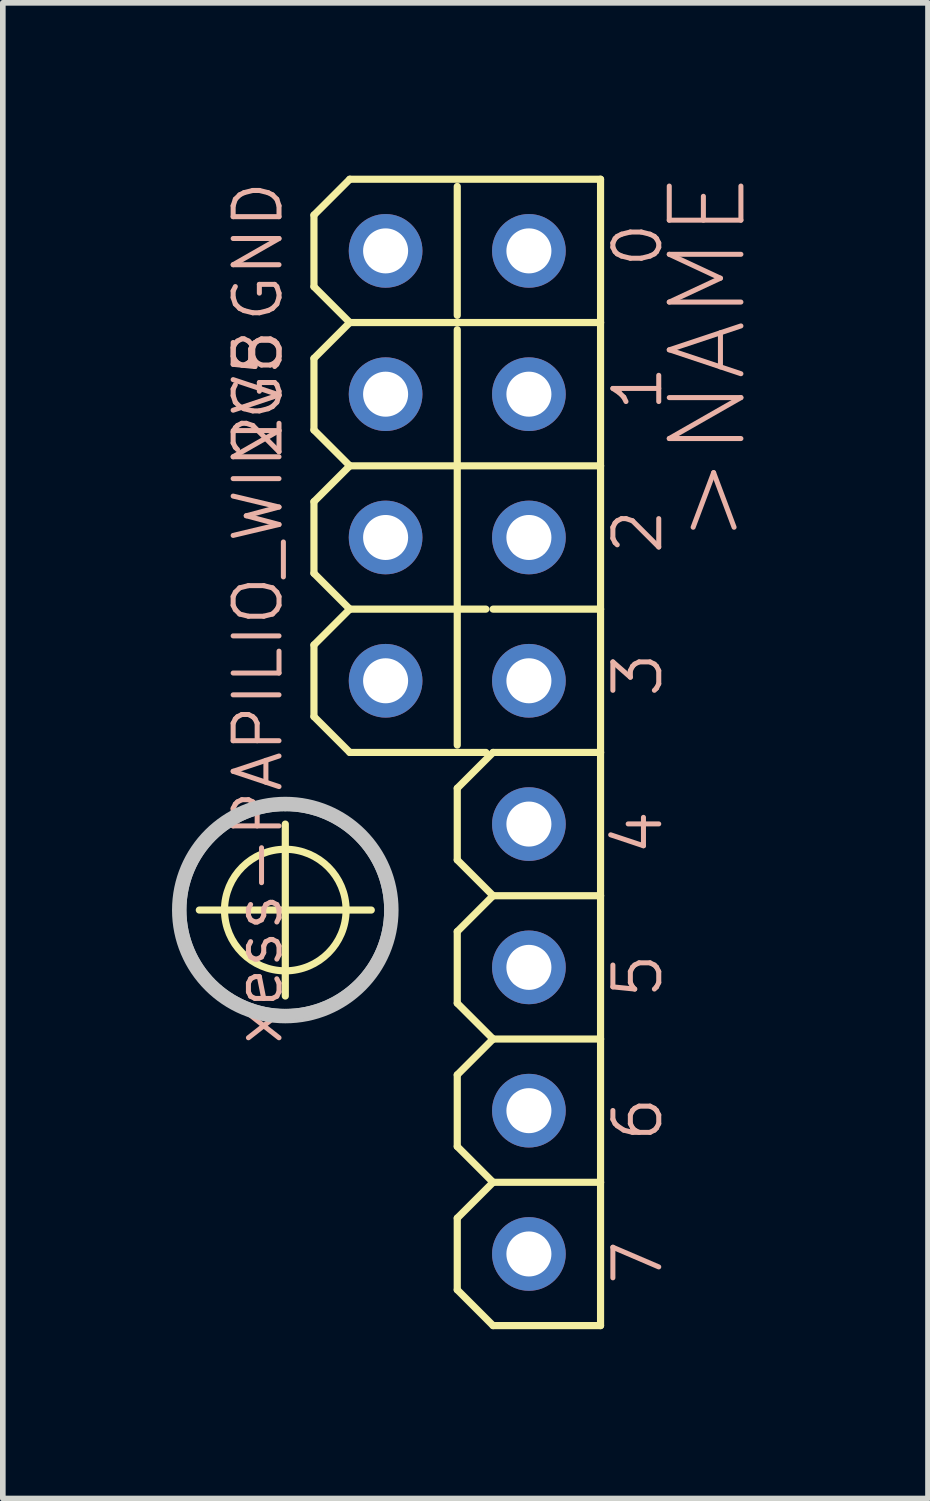
<source format=kicad_pcb>
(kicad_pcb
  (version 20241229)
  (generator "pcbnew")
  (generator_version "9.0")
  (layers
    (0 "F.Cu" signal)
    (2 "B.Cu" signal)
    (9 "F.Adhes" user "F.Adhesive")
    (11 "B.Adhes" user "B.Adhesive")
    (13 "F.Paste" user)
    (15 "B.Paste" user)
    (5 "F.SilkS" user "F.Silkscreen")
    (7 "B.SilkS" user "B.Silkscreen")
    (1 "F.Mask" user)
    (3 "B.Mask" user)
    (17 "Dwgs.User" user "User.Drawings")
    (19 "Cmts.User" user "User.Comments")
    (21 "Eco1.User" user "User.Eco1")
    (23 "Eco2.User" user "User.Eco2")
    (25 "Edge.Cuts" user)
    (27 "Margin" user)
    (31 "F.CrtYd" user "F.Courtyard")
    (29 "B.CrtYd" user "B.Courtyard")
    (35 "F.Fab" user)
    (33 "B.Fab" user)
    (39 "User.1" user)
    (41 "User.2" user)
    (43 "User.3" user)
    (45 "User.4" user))
  (footprint "xess-PAPILIO_WING8"
    (layer "F.Cu")
    (at 6.325 1.397)
    (property "Reference" "xess-PAPILIO_WING8" (at -4.801 7.734 270) (layer "B.SilkS") (effects (font (size 0.813 0.813) (thickness 0.089))))
    (attr exclude_from_pos_files exclude_from_bom)
    (fp_line (start -5.842 11.684) (end -2.794 11.684) (stroke (width 0.127) (type solid)) (layer "F.SilkS"))
    (fp_line (start -4.318 13.208) (end -4.318 10.16) (stroke (width 0.127) (type solid)) (layer "F.SilkS"))
    (fp_line (start -3.81 -0.635) (end -3.175 -1.27) (stroke (width 0.127) (type solid)) (layer "F.SilkS"))
    (fp_line (start -3.81 0.635) (end -3.81 -0.635) (stroke (width 0.127) (type solid)) (layer "F.SilkS"))
    (fp_line (start -3.81 1.905) (end -3.175 1.27) (stroke (width 0.127) (type solid)) (layer "F.SilkS"))
    (fp_line (start -3.81 3.175) (end -3.81 1.905) (stroke (width 0.127) (type solid)) (layer "F.SilkS"))
    (fp_line (start -3.81 4.445) (end -3.175 3.81) (stroke (width 0.127) (type solid)) (layer "F.SilkS"))
    (fp_line (start -3.81 5.715) (end -3.81 4.445) (stroke (width 0.127) (type solid)) (layer "F.SilkS"))
    (fp_line (start -3.81 5.715) (end -3.175 6.35) (stroke (width 0.127) (type solid)) (layer "F.SilkS"))
    (fp_line (start -3.81 6.985) (end -3.175 6.35) (stroke (width 0.127) (type solid)) (layer "F.SilkS"))
    (fp_line (start -3.81 8.255) (end -3.81 6.985) (stroke (width 0.127) (type solid)) (layer "F.SilkS"))
    (fp_line (start -3.175 -1.27) (end 1.27 -1.27) (stroke (width 0.127) (type solid)) (layer "F.SilkS"))
    (fp_line (start -3.175 1.27) (end -3.81 0.635) (stroke (width 0.127) (type solid)) (layer "F.SilkS"))
    (fp_line (start -3.175 1.27) (end 1.27 1.27) (stroke (width 0.127) (type solid)) (layer "F.SilkS"))
    (fp_line (start -3.175 3.81) (end -3.81 3.175) (stroke (width 0.127) (type solid)) (layer "F.SilkS"))
    (fp_line (start -3.175 3.81) (end 1.27 3.81) (stroke (width 0.127) (type solid)) (layer "F.SilkS"))
    (fp_line (start -3.175 6.35) (end -0.762 6.35) (stroke (width 0.127) (type solid)) (layer "F.SilkS"))
    (fp_line (start -3.175 8.89) (end -3.81 8.255) (stroke (width 0.127) (type solid)) (layer "F.SilkS"))
    (fp_line (start -3.175 8.89) (end -0.762 8.89) (stroke (width 0.127) (type solid)) (layer "F.SilkS"))
    (fp_line (start -1.27 1.143) (end -1.27 -1.143) (stroke (width 0.127) (type solid)) (layer "F.SilkS"))
    (fp_line (start -1.27 8.76) (end -1.27 1.397) (stroke (width 0.127) (type solid)) (layer "F.SilkS"))
    (fp_line (start -1.27 9.525) (end -0.635 8.89) (stroke (width 0.127) (type solid)) (layer "F.SilkS"))
    (fp_line (start -1.27 10.795) (end -1.27 9.525) (stroke (width 0.127) (type solid)) (layer "F.SilkS"))
    (fp_line (start -1.27 12.065) (end -0.635 11.43) (stroke (width 0.127) (type solid)) (layer "F.SilkS"))
    (fp_line (start -1.27 13.335) (end -1.27 12.065) (stroke (width 0.127) (type solid)) (layer "F.SilkS"))
    (fp_line (start -1.27 13.335) (end -0.635 13.97) (stroke (width 0.127) (type solid)) (layer "F.SilkS"))
    (fp_line (start -1.27 14.605) (end -0.635 13.97) (stroke (width 0.127) (type solid)) (layer "F.SilkS"))
    (fp_line (start -1.27 15.875) (end -1.27 14.605) (stroke (width 0.127) (type solid)) (layer "F.SilkS"))
    (fp_line (start -1.27 17.145) (end -0.635 16.51) (stroke (width 0.127) (type solid)) (layer "F.SilkS"))
    (fp_line (start -1.27 18.415) (end -1.27 17.145) (stroke (width 0.127) (type solid)) (layer "F.SilkS"))
    (fp_line (start -0.635 6.35) (end 1.27 6.35) (stroke (width 0.127) (type solid)) (layer "F.SilkS"))
    (fp_line (start -0.635 8.89) (end 1.27 8.89) (stroke (width 0.127) (type solid)) (layer "F.SilkS"))
    (fp_line (start -0.635 11.43) (end -1.27 10.795) (stroke (width 0.127) (type solid)) (layer "F.SilkS"))
    (fp_line (start -0.635 11.43) (end 1.27 11.43) (stroke (width 0.127) (type solid)) (layer "F.SilkS"))
    (fp_line (start -0.635 13.97) (end 1.27 13.97) (stroke (width 0.127) (type solid)) (layer "F.SilkS"))
    (fp_line (start -0.635 16.51) (end -1.27 15.875) (stroke (width 0.127) (type solid)) (layer "F.SilkS"))
    (fp_line (start -0.635 16.51) (end 1.27 16.51) (stroke (width 0.127) (type solid)) (layer "F.SilkS"))
    (fp_line (start -0.635 19.05) (end -1.27 18.415) (stroke (width 0.127) (type solid)) (layer "F.SilkS"))
    (fp_line (start -0.635 19.05) (end 1.27 19.05) (stroke (width 0.127) (type solid)) (layer "F.SilkS"))
    (fp_line (start 1.27 1.27) (end 1.27 -1.27) (stroke (width 0.127) (type solid)) (layer "F.SilkS"))
    (fp_line (start 1.27 3.81) (end 1.27 1.27) (stroke (width 0.127) (type solid)) (layer "F.SilkS"))
    (fp_line (start 1.27 6.35) (end 1.27 3.81) (stroke (width 0.127) (type solid)) (layer "F.SilkS"))
    (fp_line (start 1.27 8.89) (end 1.27 6.35) (stroke (width 0.127) (type solid)) (layer "F.SilkS"))
    (fp_line (start 1.27 11.43) (end 1.27 8.89) (stroke (width 0.127) (type solid)) (layer "F.SilkS"))
    (fp_line (start 1.27 13.97) (end 1.27 11.43) (stroke (width 0.127) (type solid)) (layer "F.SilkS"))
    (fp_line (start 1.27 16.51) (end 1.27 13.97) (stroke (width 0.127) (type solid)) (layer "F.SilkS"))
    (fp_line (start 1.27 19.05) (end 1.27 16.51) (stroke (width 0.127) (type solid)) (layer "F.SilkS"))
    (fp_circle (center -4.318 11.684) (end -5.08 12.446) (stroke (width 0.127) (type solid)) (fill no) (layer "F.SilkS"))
    (fp_line (start -2.794 -0.254) (end -2.286 -0.254) (stroke (width 0.066) (type solid)) (layer "Dwgs.User"))
    (fp_line (start -2.794 0.254) (end -2.794 -0.254) (stroke (width 0.066) (type solid)) (layer "Dwgs.User"))
    (fp_line (start -2.794 0.254) (end -2.286 0.254) (stroke (width 0.066) (type solid)) (layer "Dwgs.User"))
    (fp_line (start -2.794 2.286) (end -2.286 2.286) (stroke (width 0.066) (type solid)) (layer "Dwgs.User"))
    (fp_line (start -2.794 2.794) (end -2.794 2.286) (stroke (width 0.066) (type solid)) (layer "Dwgs.User"))
    (fp_line (start -2.794 2.794) (end -2.286 2.794) (stroke (width 0.066) (type solid)) (layer "Dwgs.User"))
    (fp_line (start -2.794 4.826) (end -2.286 4.826) (stroke (width 0.066) (type solid)) (layer "Dwgs.User"))
    (fp_line (start -2.794 5.334) (end -2.794 4.826) (stroke (width 0.066) (type solid)) (layer "Dwgs.User"))
    (fp_line (start -2.794 5.334) (end -2.286 5.334) (stroke (width 0.066) (type solid)) (layer "Dwgs.User"))
    (fp_line (start -2.794 7.366) (end -2.286 7.366) (stroke (width 0.066) (type solid)) (layer "Dwgs.User"))
    (fp_line (start -2.794 7.874) (end -2.794 7.366) (stroke (width 0.066) (type solid)) (layer "Dwgs.User"))
    (fp_line (start -2.794 7.874) (end -2.286 7.874) (stroke (width 0.066) (type solid)) (layer "Dwgs.User"))
    (fp_line (start -2.286 0.254) (end -2.286 -0.254) (stroke (width 0.066) (type solid)) (layer "Dwgs.User"))
    (fp_line (start -2.286 2.794) (end -2.286 2.286) (stroke (width 0.066) (type solid)) (layer "Dwgs.User"))
    (fp_line (start -2.286 5.334) (end -2.286 4.826) (stroke (width 0.066) (type solid)) (layer "Dwgs.User"))
    (fp_line (start -2.286 7.874) (end -2.286 7.366) (stroke (width 0.066) (type solid)) (layer "Dwgs.User"))
    (fp_line (start -0.254 -0.254) (end 0.254 -0.254) (stroke (width 0.066) (type solid)) (layer "Dwgs.User"))
    (fp_line (start -0.254 0.254) (end -0.254 -0.254) (stroke (width 0.066) (type solid)) (layer "Dwgs.User"))
    (fp_line (start -0.254 0.254) (end 0.254 0.254) (stroke (width 0.066) (type solid)) (layer "Dwgs.User"))
    (fp_line (start -0.254 2.286) (end 0.254 2.286) (stroke (width 0.066) (type solid)) (layer "Dwgs.User"))
    (fp_line (start -0.254 2.794) (end -0.254 2.286) (stroke (width 0.066) (type solid)) (layer "Dwgs.User"))
    (fp_line (start -0.254 2.794) (end 0.254 2.794) (stroke (width 0.066) (type solid)) (layer "Dwgs.User"))
    (fp_line (start -0.254 4.826) (end 0.254 4.826) (stroke (width 0.066) (type solid)) (layer "Dwgs.User"))
    (fp_line (start -0.254 5.334) (end -0.254 4.826) (stroke (width 0.066) (type solid)) (layer "Dwgs.User"))
    (fp_line (start -0.254 5.334) (end 0.254 5.334) (stroke (width 0.066) (type solid)) (layer "Dwgs.User"))
    (fp_line (start -0.254 7.366) (end 0.254 7.366) (stroke (width 0.066) (type solid)) (layer "Dwgs.User"))
    (fp_line (start -0.254 7.874) (end -0.254 7.366) (stroke (width 0.066) (type solid)) (layer "Dwgs.User"))
    (fp_line (start -0.254 7.874) (end 0.254 7.874) (stroke (width 0.066) (type solid)) (layer "Dwgs.User"))
    (fp_line (start -0.254 9.906) (end 0.254 9.906) (stroke (width 0.066) (type solid)) (layer "Dwgs.User"))
    (fp_line (start -0.254 10.414) (end -0.254 9.906) (stroke (width 0.066) (type solid)) (layer "Dwgs.User"))
    (fp_line (start -0.254 10.414) (end 0.254 10.414) (stroke (width 0.066) (type solid)) (layer "Dwgs.User"))
    (fp_line (start -0.254 12.446) (end 0.254 12.446) (stroke (width 0.066) (type solid)) (layer "Dwgs.User"))
    (fp_line (start -0.254 12.954) (end -0.254 12.446) (stroke (width 0.066) (type solid)) (layer "Dwgs.User"))
    (fp_line (start -0.254 12.954) (end 0.254 12.954) (stroke (width 0.066) (type solid)) (layer "Dwgs.User"))
    (fp_line (start -0.254 14.986) (end 0.254 14.986) (stroke (width 0.066) (type solid)) (layer "Dwgs.User"))
    (fp_line (start -0.254 15.494) (end -0.254 14.986) (stroke (width 0.066) (type solid)) (layer "Dwgs.User"))
    (fp_line (start -0.254 15.494) (end 0.254 15.494) (stroke (width 0.066) (type solid)) (layer "Dwgs.User"))
    (fp_line (start -0.254 17.523) (end 0.254 17.523) (stroke (width 0.066) (type solid)) (layer "Dwgs.User"))
    (fp_line (start -0.254 18.034) (end -0.254 17.523) (stroke (width 0.066) (type solid)) (layer "Dwgs.User"))
    (fp_line (start -0.254 18.034) (end 0.254 18.034) (stroke (width 0.066) (type solid)) (layer "Dwgs.User"))
    (fp_line (start 0.254 0.254) (end 0.254 -0.254) (stroke (width 0.066) (type solid)) (layer "Dwgs.User"))
    (fp_line (start 0.254 2.794) (end 0.254 2.286) (stroke (width 0.066) (type solid)) (layer "Dwgs.User"))
    (fp_line (start 0.254 5.334) (end 0.254 4.826) (stroke (width 0.066) (type solid)) (layer "Dwgs.User"))
    (fp_line (start 0.254 7.874) (end 0.254 7.366) (stroke (width 0.066) (type solid)) (layer "Dwgs.User"))
    (fp_line (start 0.254 10.414) (end 0.254 9.906) (stroke (width 0.066) (type solid)) (layer "Dwgs.User"))
    (fp_line (start 0.254 12.954) (end 0.254 12.446) (stroke (width 0.066) (type solid)) (layer "Dwgs.User"))
    (fp_line (start 0.254 15.494) (end 0.254 14.986) (stroke (width 0.066) (type solid)) (layer "Dwgs.User"))
    (fp_line (start 0.254 18.034) (end 0.254 17.523) (stroke (width 0.066) (type solid)) (layer "Dwgs.User"))
    (fp_arc (start -4.318 9.8298) (mid -2.4638 11.684) (end -4.318 13.5382) (stroke (width 0.2032) (type solid)) (layer "Dwgs.User"))
    (fp_arc (start -4.318 9.8298) (mid -2.4638 11.684) (end -4.318 13.5382) (stroke (width 0.2032) (type solid)) (layer "Dwgs.User"))
    (fp_arc (start -4.318 13.5382) (mid -6.1722 11.684) (end -4.318 9.8298) (stroke (width 0.2032) (type solid)) (layer "Dwgs.User"))
    (fp_arc (start -4.318 13.5382) (mid -6.1722 11.684) (end -4.318 9.8298) (stroke (width 0.2032) (type solid)) (layer "Dwgs.User"))
    (fp_circle (center -4.318 11.684) (end -5.715 13.081) (stroke (width 0.064) (type solid)) (fill no) (layer "Dwgs.User"))
    (fp_text user "2" (at 1.93 4.978 270) (layer "B.SilkS") (effects (font (size 0.813 0.813) (thickness 0.089))))
    (fp_text user "3" (at 1.93 7.518 270) (layer "B.SilkS") (effects (font (size 0.813 0.813) (thickness 0.089))))
    (fp_text user "6" (at 1.93 15.392 270) (layer "B.SilkS") (effects (font (size 0.813 0.813) (thickness 0.089))))
    (fp_text user "0" (at 1.93 -0.102 270) (layer "B.SilkS") (effects (font (size 0.813 0.813) (thickness 0.089))))
    (fp_text user "5" (at 1.93 12.852 270) (layer "B.SilkS") (effects (font (size 0.813 0.813) (thickness 0.089))))
    (fp_text user "GND" (at -4.801 0.013 270) (layer "B.SilkS") (effects (font (size 0.813 0.813) (thickness 0.089))))
    (fp_text user "2V5" (at -4.801 2.553 270) (layer "B.SilkS") (effects (font (size 0.813 0.813) (thickness 0.089))))
    (fp_text user "7" (at 1.93 17.932 270) (layer "B.SilkS") (effects (font (size 0.813 0.813) (thickness 0.089))))
    (fp_text user ">NAME" (at 3.175 1.905 90) (layer "B.SilkS") (effects (font (size 1.27 1.27) (thickness 0.089))))
    (fp_text user "1" (at 1.93 2.438 270) (layer "B.SilkS") (effects (font (size 0.813 0.813) (thickness 0.089))))
    (fp_text user "4" (at 1.93 10.312 270) (layer "B.SilkS") (effects (font (size 0.813 0.813) (thickness 0.089))))
    (pad "2V5" thru_hole circle (at -2.54 2.54) (size 1.306 1.306) (drill 0.798) (layers "*.Cu" "*.Mask"))
    (pad "3V3" thru_hole circle (at -2.54 5.08) (size 1.306 1.306) (drill 0.798) (layers "*.Cu" "*.Mask"))
    (pad "5V0" thru_hole circle (at -2.54 7.62) (size 1.306 1.306) (drill 0.798) (layers "*.Cu" "*.Mask"))
    (pad "A1" thru_hole circle (at 0 0) (size 1.306 1.306) (drill 0.798) (layers "*.Cu" "*.Mask"))
    (pad "A2" thru_hole circle (at 0 2.54) (size 1.306 1.306) (drill 0.798) (layers "*.Cu" "*.Mask"))
    (pad "A3" thru_hole circle (at 0 5.08) (size 1.306 1.306) (drill 0.798) (layers "*.Cu" "*.Mask"))
    (pad "A4" thru_hole circle (at 0 7.62) (size 1.306 1.306) (drill 0.798) (layers "*.Cu" "*.Mask"))
    (pad "A5" thru_hole circle (at 0 10.16) (size 1.306 1.306) (drill 0.798) (layers "*.Cu" "*.Mask"))
    (pad "A6" thru_hole circle (at 0 12.7) (size 1.306 1.306) (drill 0.798) (layers "*.Cu" "*.Mask"))
    (pad "A7" thru_hole circle (at 0 15.24) (size 1.306 1.306) (drill 0.798) (layers "*.Cu" "*.Mask"))
    (pad "A8" thru_hole circle (at 0 17.78) (size 1.306 1.306) (drill 0.798) (layers "*.Cu" "*.Mask"))
    (pad "GND" thru_hole circle (at -2.54 0) (size 1.306 1.306) (drill 0.798) (layers "*.Cu" "*.Mask")))
  (gr_rect
    (start -3 -3)
    (end 13.399 23.511)
    (stroke (width 0.1) (type default))
    (fill no)
    (layer "Edge.Cuts")))
</source>
